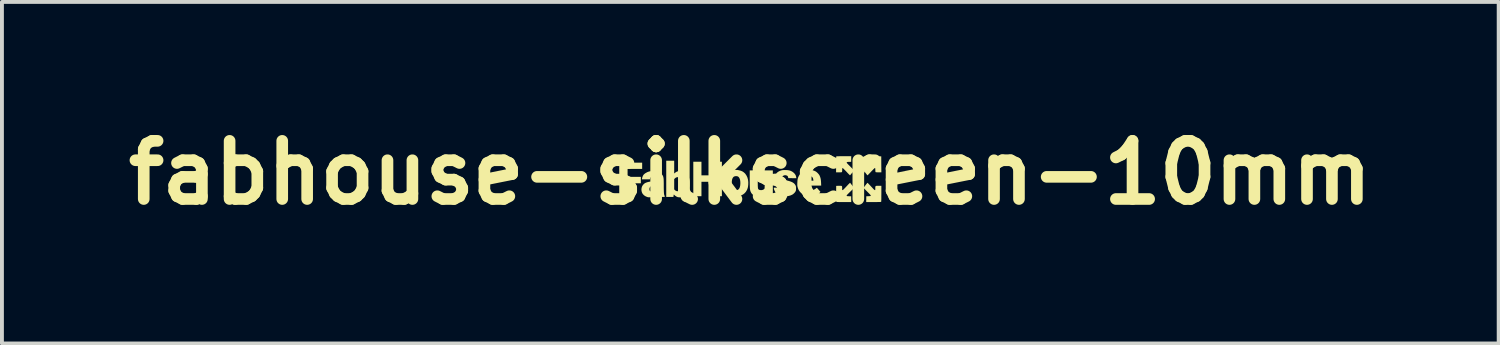
<source format=kicad_pcb>
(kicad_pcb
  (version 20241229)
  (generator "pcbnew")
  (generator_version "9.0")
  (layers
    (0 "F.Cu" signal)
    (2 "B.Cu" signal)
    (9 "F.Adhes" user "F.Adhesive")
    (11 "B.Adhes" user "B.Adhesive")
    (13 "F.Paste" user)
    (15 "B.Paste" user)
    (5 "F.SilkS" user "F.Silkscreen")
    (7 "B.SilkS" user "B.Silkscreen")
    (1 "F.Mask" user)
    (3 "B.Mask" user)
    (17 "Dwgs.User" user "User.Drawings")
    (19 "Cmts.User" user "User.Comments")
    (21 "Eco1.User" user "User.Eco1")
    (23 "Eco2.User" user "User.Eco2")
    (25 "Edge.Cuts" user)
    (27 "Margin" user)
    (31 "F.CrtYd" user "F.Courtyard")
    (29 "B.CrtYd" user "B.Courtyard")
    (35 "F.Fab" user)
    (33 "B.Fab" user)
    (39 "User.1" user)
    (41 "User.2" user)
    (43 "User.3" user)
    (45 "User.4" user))
  (footprint "fabhouse-silkscreen-10mm"
    (layer "F.Cu")
    (at 16.3 1.404)
    (property "Reference" "fabhouse-silkscreen-10mm" (at 0 0 0) (layer "F.SilkS") (effects (font (size 1.5 1.5) (thickness 0.3))))
    (attr board_only exclude_from_pos_files exclude_from_bom)
    (fp_poly (pts (xy -2.789 -0.178) (xy -2.789 -0.098) (xy -2.977 -0.098) (xy -3.165 -0.098) (xy -3.165 0.005) (xy -3.165 0.107) (xy -2.994 0.107) (xy -2.823 0.107) (xy -2.823 0.19) (xy -2.823 0.273) (xy -2.994 0.273) (xy -3.165 0.273) (xy -3.165 0.449) (xy -3.165 0.625) (xy -3.272 0.625) (xy -3.38 0.625) (xy -3.38 0.183) (xy -3.38 -0.259) (xy -3.084 -0.259) (xy -2.789 -0.259)) (stroke (width 0) (type solid)) (fill yes) (layer "F.SilkS"))
    (fp_poly (pts (xy 2.809 0.104) (xy 2.83 0.112) (xy 2.847 0.126) (xy 2.855 0.138) (xy 2.863 0.161) (xy 2.862 0.184) (xy 2.854 0.205) (xy 2.84 0.222) (xy 2.822 0.233) (xy 2.801 0.239) (xy 2.778 0.237) (xy 2.76 0.23) (xy 2.741 0.215) (xy 2.73 0.195) (xy 2.726 0.172) (xy 2.73 0.147) (xy 2.733 0.139) (xy 2.747 0.12) (xy 2.765 0.108) (xy 2.787 0.103)) (stroke (width 0) (type solid)) (fill yes) (layer "F.SilkS"))
    (fp_poly (pts (xy -1.26 -0.107) (xy -1.26 0.068) (xy -1.101 0.068) (xy -0.943 0.068) (xy -0.943 -0.107) (xy -0.943 -0.283) (xy -0.838 -0.283) (xy -0.733 -0.283) (xy -0.733 0.161) (xy -0.733 0.606) (xy -0.838 0.606) (xy -0.943 0.606) (xy -0.943 0.42) (xy -0.943 0.234) (xy -1.101 0.234) (xy -1.26 0.234) (xy -1.26 0.42) (xy -1.26 0.606) (xy -1.365 0.606) (xy -1.47 0.606) (xy -1.47 0.161) (xy -1.47 -0.283) (xy -1.365 -0.283) (xy -1.26 -0.283)) (stroke (width 0) (type solid)) (fill yes) (layer "F.SilkS"))
    (fp_poly (pts (xy 3.183 -0.424) (xy 3.377 -0.422) (xy 3.378 -0.216) (xy 3.38 -0.01) (xy 3.31 -0.01) (xy 3.284 -0.01) (xy 3.262 -0.011) (xy 3.245 -0.012) (xy 3.234 -0.014) (xy 3.233 -0.015) (xy 3.229 -0.019) (xy 3.227 -0.029) (xy 3.225 -0.046) (xy 3.224 -0.071) (xy 3.223 -0.094) (xy 3.222 -0.109) (xy 3.22 -0.117) (xy 3.217 -0.121) (xy 3.213 -0.122) (xy 3.208 -0.119) (xy 3.196 -0.108) (xy 3.179 -0.093) (xy 3.158 -0.071) (xy 3.133 -0.046) (xy 3.115 -0.027) (xy 3.092 -0.002) (xy 3.07 0.021) (xy 3.051 0.04) (xy 3.037 0.055) (xy 3.027 0.065) (xy 3.023 0.068) (xy 3.019 0.065) (xy 3.01 0.055) (xy 2.997 0.039) (xy 2.982 0.02) (xy 2.973 0.009) (xy 2.957 -0.013) (xy 2.943 -0.031) (xy 2.932 -0.046) (xy 2.925 -0.056) (xy 2.923 -0.058) (xy 2.924 -0.063) (xy 2.931 -0.072) (xy 2.944 -0.087) (xy 2.962 -0.107) (xy 2.988 -0.133) (xy 3.016 -0.162) (xy 3.047 -0.193) (xy 3.072 -0.218) (xy 3.09 -0.237) (xy 3.101 -0.251) (xy 3.107 -0.262) (xy 3.107 -0.269) (xy 3.101 -0.273) (xy 3.089 -0.276) (xy 3.072 -0.277) (xy 3.051 -0.278) (xy 3.047 -0.278) (xy 2.991 -0.281) (xy 2.99 -0.353) (xy 2.989 -0.425)) (stroke (width 0) (type solid)) (fill yes) (layer "F.SilkS"))
    (fp_poly (pts (xy 2.625 0.326) (xy 2.677 0.393) (xy 2.578 0.489) (xy 2.549 0.517) (xy 2.527 0.539) (xy 2.51 0.556) (xy 2.498 0.569) (xy 2.49 0.578) (xy 2.486 0.585) (xy 2.484 0.59) (xy 2.485 0.593) (xy 2.485 0.595) (xy 2.488 0.599) (xy 2.493 0.602) (xy 2.502 0.604) (xy 2.516 0.606) (xy 2.538 0.606) (xy 2.546 0.607) (xy 2.601 0.608) (xy 2.602 0.682) (xy 2.603 0.757) (xy 2.413 0.757) (xy 2.365 0.757) (xy 2.325 0.757) (xy 2.294 0.757) (xy 2.27 0.756) (xy 2.251 0.756) (xy 2.238 0.755) (xy 2.229 0.754) (xy 2.223 0.753) (xy 2.22 0.751) (xy 2.218 0.749) (xy 2.217 0.747) (xy 2.216 0.74) (xy 2.215 0.722) (xy 2.214 0.695) (xy 2.213 0.658) (xy 2.213 0.612) (xy 2.213 0.556) (xy 2.213 0.539) (xy 2.215 0.339) (xy 2.284 0.338) (xy 2.314 0.338) (xy 2.337 0.338) (xy 2.352 0.34) (xy 2.361 0.346) (xy 2.366 0.355) (xy 2.368 0.37) (xy 2.369 0.39) (xy 2.369 0.401) (xy 2.369 0.423) (xy 2.369 0.437) (xy 2.371 0.445) (xy 2.373 0.448) (xy 2.378 0.449) (xy 2.38 0.449) (xy 2.386 0.447) (xy 2.396 0.439) (xy 2.411 0.425) (xy 2.431 0.405) (xy 2.457 0.378) (xy 2.46 0.375) (xy 2.482 0.351) (xy 2.504 0.328) (xy 2.523 0.307) (xy 2.539 0.291) (xy 2.55 0.28) (xy 2.551 0.279) (xy 2.572 0.258)) (stroke (width 0) (type solid)) (fill yes) (layer "F.SilkS"))
    (fp_poly (pts (xy 3.023 0.262) (xy 3.027 0.265) (xy 3.034 0.271) (xy 3.044 0.28) (xy 3.057 0.294) (xy 3.074 0.312) (xy 3.097 0.336) (xy 3.124 0.365) (xy 3.158 0.401) (xy 3.16 0.404) (xy 3.181 0.426) (xy 3.198 0.44) (xy 3.209 0.448) (xy 3.212 0.449) (xy 3.217 0.449) (xy 3.221 0.446) (xy 3.222 0.44) (xy 3.223 0.427) (xy 3.223 0.407) (xy 3.223 0.403) (xy 3.223 0.379) (xy 3.225 0.362) (xy 3.229 0.351) (xy 3.237 0.343) (xy 3.251 0.339) (xy 3.271 0.337) (xy 3.299 0.337) (xy 3.311 0.337) (xy 3.38 0.337) (xy 3.38 0.541) (xy 3.379 0.595) (xy 3.379 0.64) (xy 3.379 0.676) (xy 3.378 0.704) (xy 3.377 0.725) (xy 3.376 0.74) (xy 3.375 0.748) (xy 3.374 0.751) (xy 3.369 0.753) (xy 3.359 0.754) (xy 3.343 0.755) (xy 3.32 0.756) (xy 3.29 0.756) (xy 3.251 0.757) (xy 3.204 0.757) (xy 3.178 0.757) (xy 2.989 0.757) (xy 2.99 0.682) (xy 2.991 0.608) (xy 3.047 0.606) (xy 3.069 0.605) (xy 3.087 0.603) (xy 3.099 0.601) (xy 3.106 0.597) (xy 3.107 0.59) (xy 3.102 0.58) (xy 3.092 0.567) (xy 3.075 0.548) (xy 3.051 0.524) (xy 3.021 0.494) (xy 3.016 0.489) (xy 2.919 0.391) (xy 2.962 0.334) (xy 2.978 0.313) (xy 2.993 0.294) (xy 3.005 0.279) (xy 3.013 0.269) (xy 3.014 0.267) (xy 3.016 0.264) (xy 3.018 0.262) (xy 3.02 0.261)) (stroke (width 0) (type solid)) (fill yes) (layer "F.SilkS"))
    (fp_poly (pts (xy 0.192 0.17) (xy 0.192 0.225) (xy 0.192 0.272) (xy 0.193 0.31) (xy 0.193 0.341) (xy 0.195 0.366) (xy 0.196 0.386) (xy 0.198 0.401) (xy 0.201 0.412) (xy 0.204 0.42) (xy 0.208 0.426) (xy 0.214 0.431) (xy 0.22 0.435) (xy 0.224 0.438) (xy 0.245 0.447) (xy 0.271 0.45) (xy 0.299 0.448) (xy 0.325 0.441) (xy 0.348 0.429) (xy 0.361 0.416) (xy 0.364 0.413) (xy 0.366 0.409) (xy 0.367 0.404) (xy 0.368 0.396) (xy 0.369 0.385) (xy 0.37 0.37) (xy 0.37 0.35) (xy 0.371 0.324) (xy 0.371 0.291) (xy 0.371 0.251) (xy 0.371 0.202) (xy 0.371 0.173) (xy 0.371 -0.059) (xy 0.476 -0.059) (xy 0.581 -0.059) (xy 0.581 0.269) (xy 0.581 0.596) (xy 0.483 0.596) (xy 0.386 0.596) (xy 0.386 0.575) (xy 0.385 0.559) (xy 0.383 0.546) (xy 0.383 0.543) (xy 0.381 0.538) (xy 0.377 0.537) (xy 0.371 0.541) (xy 0.36 0.55) (xy 0.357 0.553) (xy 0.32 0.58) (xy 0.279 0.598) (xy 0.234 0.608) (xy 0.186 0.609) (xy 0.161 0.606) (xy 0.116 0.594) (xy 0.079 0.577) (xy 0.049 0.553) (xy 0.025 0.522) (xy 0.006 0.484) (xy 0.006 0.483) (xy 0.001 0.469) (xy -0.003 0.454) (xy -0.006 0.436) (xy -0.009 0.416) (xy -0.011 0.392) (xy -0.012 0.362) (xy -0.013 0.327) (xy -0.014 0.285) (xy -0.014 0.236) (xy -0.015 0.178) (xy -0.015 0.158) (xy -0.015 -0.059) (xy 0.088 -0.059) (xy 0.19 -0.059)) (stroke (width 0) (type solid)) (fill yes) (layer "F.SilkS"))
    (fp_poly (pts (xy 2.602 -0.353) (xy 2.601 -0.281) (xy 2.549 -0.279) (xy 2.525 -0.279) (xy 2.509 -0.277) (xy 2.498 -0.275) (xy 2.492 -0.272) (xy 2.488 -0.268) (xy 2.486 -0.265) (xy 2.485 -0.262) (xy 2.486 -0.258) (xy 2.49 -0.251) (xy 2.497 -0.242) (xy 2.509 -0.229) (xy 2.525 -0.212) (xy 2.547 -0.19) (xy 2.576 -0.162) (xy 2.577 -0.16) (xy 2.675 -0.061) (xy 2.626 0.002) (xy 2.609 0.023) (xy 2.594 0.042) (xy 2.582 0.056) (xy 2.574 0.065) (xy 2.571 0.067) (xy 2.567 0.064) (xy 2.557 0.054) (xy 2.542 0.04) (xy 2.523 0.021) (xy 2.501 -0.002) (xy 2.479 -0.026) (xy 2.447 -0.059) (xy 2.421 -0.085) (xy 2.402 -0.104) (xy 2.388 -0.116) (xy 2.381 -0.12) (xy 2.381 -0.12) (xy 2.376 -0.119) (xy 2.373 -0.116) (xy 2.372 -0.108) (xy 2.37 -0.094) (xy 2.37 -0.072) (xy 2.37 -0.071) (xy 2.369 -0.05) (xy 2.367 -0.032) (xy 2.364 -0.02) (xy 2.363 -0.016) (xy 2.358 -0.013) (xy 2.347 -0.012) (xy 2.329 -0.01) (xy 2.303 -0.01) (xy 2.285 -0.01) (xy 2.212 -0.01) (xy 2.212 -0.21) (xy 2.212 -0.253) (xy 2.213 -0.294) (xy 2.213 -0.33) (xy 2.213 -0.362) (xy 2.214 -0.387) (xy 2.214 -0.406) (xy 2.215 -0.416) (xy 2.215 -0.417) (xy 2.217 -0.419) (xy 2.221 -0.421) (xy 2.227 -0.422) (xy 2.238 -0.423) (xy 2.254 -0.424) (xy 2.275 -0.424) (xy 2.303 -0.425) (xy 2.338 -0.425) (xy 2.382 -0.425) (xy 2.411 -0.425) (xy 2.603 -0.425)) (stroke (width 0) (type solid)) (fill yes) (layer "F.SilkS"))
    (fp_poly (pts (xy -1.963 -0.143) (xy -1.963 0.021) (xy -1.947 0.007) (xy -1.914 -0.018) (xy -1.876 -0.035) (xy -1.834 -0.043) (xy -1.814 -0.044) (xy -1.764 -0.04) (xy -1.719 -0.027) (xy -1.679 -0.006) (xy -1.644 0.022) (xy -1.614 0.059) (xy -1.59 0.104) (xy -1.572 0.157) (xy -1.572 0.159) (xy -1.568 0.174) (xy -1.565 0.188) (xy -1.563 0.204) (xy -1.562 0.223) (xy -1.561 0.247) (xy -1.561 0.278) (xy -1.561 0.298) (xy -1.561 0.333) (xy -1.562 0.361) (xy -1.563 0.382) (xy -1.564 0.4) (xy -1.566 0.414) (xy -1.57 0.428) (xy -1.572 0.436) (xy -1.59 0.489) (xy -1.614 0.534) (xy -1.643 0.571) (xy -1.678 0.599) (xy -1.718 0.62) (xy -1.733 0.625) (xy -1.756 0.63) (xy -1.783 0.633) (xy -1.813 0.635) (xy -1.841 0.634) (xy -1.864 0.631) (xy -1.876 0.628) (xy -1.911 0.612) (xy -1.94 0.592) (xy -1.951 0.582) (xy -1.964 0.57) (xy -1.972 0.565) (xy -1.977 0.569) (xy -1.978 0.581) (xy -1.979 0.596) (xy -1.981 0.61) (xy -1.984 0.625) (xy -2.076 0.625) (xy -2.168 0.625) (xy -2.168 0.429) (xy -1.963 0.429) (xy -1.945 0.448) (xy -1.926 0.463) (xy -1.907 0.473) (xy -1.883 0.477) (xy -1.859 0.477) (xy -1.837 0.474) (xy -1.821 0.47) (xy -1.809 0.463) (xy -1.793 0.448) (xy -1.78 0.425) (xy -1.771 0.395) (xy -1.766 0.358) (xy -1.764 0.313) (xy -1.764 0.276) (xy -1.767 0.231) (xy -1.773 0.195) (xy -1.782 0.166) (xy -1.795 0.145) (xy -1.812 0.129) (xy -1.833 0.119) (xy -1.841 0.117) (xy -1.873 0.114) (xy -1.904 0.12) (xy -1.931 0.134) (xy -1.942 0.144) (xy -1.963 0.165) (xy -1.963 0.297) (xy -1.963 0.429) (xy -2.168 0.429) (xy -2.168 0.159) (xy -2.168 -0.308) (xy -2.066 -0.308) (xy -1.963 -0.308)) (stroke (width 0) (type solid)) (fill yes) (layer "F.SilkS"))
    (fp_poly (pts (xy -0.34 -0.072) (xy -0.319 -0.069) (xy -0.31 -0.067) (xy -0.256 -0.054) (xy -0.209 -0.036) (xy -0.169 -0.01) (xy -0.135 0.021) (xy -0.127 0.031) (xy -0.097 0.076) (xy -0.074 0.126) (xy -0.059 0.182) (xy -0.052 0.242) (xy -0.053 0.305) (xy -0.054 0.315) (xy -0.058 0.35) (xy -0.063 0.379) (xy -0.071 0.405) (xy -0.081 0.432) (xy -0.089 0.449) (xy -0.115 0.493) (xy -0.148 0.53) (xy -0.188 0.561) (xy -0.234 0.585) (xy -0.271 0.598) (xy -0.299 0.603) (xy -0.333 0.607) (xy -0.369 0.608) (xy -0.404 0.607) (xy -0.433 0.604) (xy -0.437 0.604) (xy -0.491 0.589) (xy -0.539 0.566) (xy -0.58 0.537) (xy -0.615 0.5) (xy -0.643 0.456) (xy -0.647 0.447) (xy -0.662 0.413) (xy -0.673 0.38) (xy -0.679 0.346) (xy -0.683 0.308) (xy -0.683 0.268) (xy -0.479 0.268) (xy -0.477 0.311) (xy -0.474 0.345) (xy -0.468 0.373) (xy -0.459 0.395) (xy -0.459 0.396) (xy -0.446 0.415) (xy -0.429 0.432) (xy -0.411 0.444) (xy -0.41 0.444) (xy -0.394 0.448) (xy -0.372 0.449) (xy -0.35 0.448) (xy -0.331 0.444) (xy -0.325 0.443) (xy -0.302 0.428) (xy -0.284 0.405) (xy -0.27 0.373) (xy -0.261 0.333) (xy -0.259 0.318) (xy -0.256 0.27) (xy -0.258 0.225) (xy -0.264 0.184) (xy -0.276 0.15) (xy -0.291 0.123) (xy -0.301 0.111) (xy -0.319 0.098) (xy -0.338 0.091) (xy -0.363 0.088) (xy -0.37 0.088) (xy -0.401 0.092) (xy -0.426 0.103) (xy -0.446 0.123) (xy -0.461 0.15) (xy -0.472 0.185) (xy -0.477 0.229) (xy -0.479 0.268) (xy -0.683 0.268) (xy -0.683 0.264) (xy -0.682 0.249) (xy -0.681 0.219) (xy -0.68 0.196) (xy -0.677 0.178) (xy -0.673 0.161) (xy -0.668 0.144) (xy -0.666 0.136) (xy -0.651 0.098) (xy -0.635 0.067) (xy -0.615 0.039) (xy -0.599 0.02) (xy -0.564 -0.011) (xy -0.527 -0.036) (xy -0.485 -0.053) (xy -0.437 -0.065) (xy -0.408 -0.069) (xy -0.381 -0.072) (xy -0.359 -0.072)) (stroke (width 0) (type solid)) (fill yes) (layer "F.SilkS"))
    (fp_poly (pts (xy 1.592 -0.066) (xy 1.641 -0.053) (xy 1.678 -0.037) (xy 1.706 -0.019) (xy 1.734 0.006) (xy 1.76 0.034) (xy 1.781 0.063) (xy 1.786 0.073) (xy 1.8 0.106) (xy 1.811 0.14) (xy 1.818 0.177) (xy 1.823 0.221) (xy 1.825 0.258) (xy 1.828 0.332) (xy 1.625 0.332) (xy 1.573 0.332) (xy 1.531 0.332) (xy 1.497 0.332) (xy 1.47 0.333) (xy 1.451 0.334) (xy 1.436 0.335) (xy 1.427 0.338) (xy 1.422 0.341) (xy 1.421 0.346) (xy 1.422 0.352) (xy 1.426 0.359) (xy 1.43 0.368) (xy 1.431 0.371) (xy 1.45 0.402) (xy 1.477 0.426) (xy 1.497 0.438) (xy 1.512 0.444) (xy 1.528 0.447) (xy 1.548 0.449) (xy 1.563 0.449) (xy 1.605 0.446) (xy 1.641 0.437) (xy 1.672 0.421) (xy 1.69 0.407) (xy 1.703 0.396) (xy 1.713 0.39) (xy 1.718 0.389) (xy 1.719 0.389) (xy 1.723 0.394) (xy 1.732 0.405) (xy 1.746 0.421) (xy 1.761 0.439) (xy 1.765 0.443) (xy 1.808 0.493) (xy 1.796 0.508) (xy 1.775 0.53) (xy 1.746 0.552) (xy 1.712 0.571) (xy 1.675 0.588) (xy 1.643 0.598) (xy 1.62 0.603) (xy 1.59 0.606) (xy 1.557 0.608) (xy 1.524 0.608) (xy 1.496 0.607) (xy 1.482 0.605) (xy 1.427 0.592) (xy 1.376 0.571) (xy 1.33 0.541) (xy 1.299 0.513) (xy 1.27 0.48) (xy 1.248 0.447) (xy 1.232 0.409) (xy 1.22 0.371) (xy 1.216 0.353) (xy 1.213 0.337) (xy 1.212 0.32) (xy 1.212 0.299) (xy 1.212 0.273) (xy 1.213 0.257) (xy 1.215 0.217) (xy 1.216 0.205) (xy 1.417 0.205) (xy 1.522 0.205) (xy 1.628 0.205) (xy 1.624 0.177) (xy 1.617 0.145) (xy 1.603 0.119) (xy 1.582 0.101) (xy 1.556 0.091) (xy 1.527 0.088) (xy 1.498 0.091) (xy 1.475 0.099) (xy 1.456 0.114) (xy 1.453 0.118) (xy 1.437 0.141) (xy 1.426 0.169) (xy 1.422 0.185) (xy 1.417 0.205) (xy 1.216 0.205) (xy 1.218 0.185) (xy 1.223 0.158) (xy 1.23 0.133) (xy 1.24 0.107) (xy 1.249 0.088) (xy 1.268 0.057) (xy 1.292 0.026) (xy 1.319 -0.002) (xy 1.346 -0.023) (xy 1.347 -0.024) (xy 1.39 -0.046) (xy 1.438 -0.061) (xy 1.489 -0.07) (xy 1.541 -0.071)) (stroke (width 0) (type solid)) (fill yes) (layer "F.SilkS"))
    (fp_poly (pts (xy 0.957 -0.067) (xy 1.005 -0.059) (xy 1.048 -0.045) (xy 1.085 -0.025) (xy 1.119 0.001) (xy 1.129 0.01) (xy 1.153 0.038) (xy 1.17 0.066) (xy 1.18 0.099) (xy 1.184 0.119) (xy 1.187 0.142) (xy 1.083 0.141) (xy 0.979 0.139) (xy 0.976 0.122) (xy 0.97 0.1) (xy 0.959 0.084) (xy 0.941 0.073) (xy 0.941 0.073) (xy 0.917 0.066) (xy 0.893 0.064) (xy 0.87 0.069) (xy 0.85 0.078) (xy 0.835 0.09) (xy 0.824 0.106) (xy 0.82 0.123) (xy 0.823 0.141) (xy 0.831 0.153) (xy 0.838 0.161) (xy 0.847 0.168) (xy 0.858 0.174) (xy 0.874 0.18) (xy 0.896 0.187) (xy 0.925 0.195) (xy 0.955 0.203) (xy 1.007 0.217) (xy 1.051 0.232) (xy 1.086 0.248) (xy 1.115 0.266) (xy 1.138 0.286) (xy 1.156 0.309) (xy 1.166 0.326) (xy 1.172 0.34) (xy 1.176 0.352) (xy 1.178 0.366) (xy 1.179 0.384) (xy 1.179 0.405) (xy 1.179 0.43) (xy 1.178 0.447) (xy 1.175 0.461) (xy 1.171 0.473) (xy 1.167 0.481) (xy 1.152 0.505) (xy 1.13 0.529) (xy 1.104 0.552) (xy 1.082 0.566) (xy 1.04 0.585) (xy 0.991 0.599) (xy 0.939 0.607) (xy 0.886 0.609) (xy 0.835 0.605) (xy 0.787 0.594) (xy 0.741 0.575) (xy 0.699 0.55) (xy 0.664 0.52) (xy 0.639 0.49) (xy 0.63 0.473) (xy 0.62 0.452) (xy 0.612 0.429) (xy 0.607 0.41) (xy 0.606 0.398) (xy 0.606 0.386) (xy 0.701 0.386) (xy 0.796 0.386) (xy 0.799 0.399) (xy 0.803 0.414) (xy 0.807 0.426) (xy 0.818 0.444) (xy 0.837 0.457) (xy 0.859 0.467) (xy 0.885 0.472) (xy 0.911 0.473) (xy 0.936 0.469) (xy 0.958 0.461) (xy 0.974 0.447) (xy 0.979 0.44) (xy 0.986 0.42) (xy 0.984 0.402) (xy 0.978 0.39) (xy 0.97 0.381) (xy 0.957 0.372) (xy 0.937 0.363) (xy 0.91 0.354) (xy 0.875 0.343) (xy 0.845 0.335) (xy 0.797 0.321) (xy 0.757 0.306) (xy 0.724 0.289) (xy 0.696 0.27) (xy 0.679 0.254) (xy 0.653 0.223) (xy 0.636 0.191) (xy 0.628 0.156) (xy 0.629 0.117) (xy 0.63 0.109) (xy 0.64 0.068) (xy 0.659 0.032) (xy 0.687 0.000444) (xy 0.722 -0.026) (xy 0.765 -0.048) (xy 0.806 -0.061) (xy 0.827 -0.066) (xy 0.853 -0.068) (xy 0.886 -0.069) (xy 0.901 -0.069)) (stroke (width 0) (type solid)) (fill yes) (layer "F.SilkS"))
    (fp_poly (pts (xy -2.485 -0.043) (xy -2.431 -0.037) (xy -2.384 -0.025) (xy -2.344 -0.008) (xy -2.309 0.016) (xy -2.295 0.029) (xy -2.28 0.044) (xy -2.268 0.059) (xy -2.258 0.073) (xy -2.25 0.09) (xy -2.244 0.108) (xy -2.24 0.13) (xy -2.236 0.157) (xy -2.234 0.189) (xy -2.233 0.228) (xy -2.232 0.275) (xy -2.232 0.33) (xy -2.232 0.332) (xy -2.232 0.386) (xy -2.231 0.431) (xy -2.23 0.469) (xy -2.229 0.499) (xy -2.227 0.525) (xy -2.225 0.545) (xy -2.222 0.563) (xy -2.218 0.577) (xy -2.214 0.587) (xy -2.21 0.6) (xy -2.206 0.609) (xy -2.205 0.616) (xy -2.208 0.621) (xy -2.215 0.623) (xy -2.228 0.625) (xy -2.248 0.625) (xy -2.275 0.624) (xy -2.306 0.624) (xy -2.41 0.623) (xy -2.419 0.595) (xy -2.428 0.567) (xy -2.448 0.586) (xy -2.463 0.599) (xy -2.483 0.612) (xy -2.495 0.619) (xy -2.508 0.625) (xy -2.521 0.629) (xy -2.536 0.631) (xy -2.555 0.633) (xy -2.579 0.634) (xy -2.604 0.634) (xy -2.624 0.634) (xy -2.639 0.632) (xy -2.653 0.628) (xy -2.668 0.623) (xy -2.71 0.604) (xy -2.745 0.579) (xy -2.774 0.547) (xy -2.779 0.54) (xy -2.795 0.508) (xy -2.805 0.471) (xy -2.808 0.432) (xy -2.808 0.431) (xy -2.602 0.431) (xy -2.598 0.453) (xy -2.588 0.471) (xy -2.577 0.479) (xy -2.551 0.488) (xy -2.521 0.49) (xy -2.492 0.483) (xy -2.48 0.478) (xy -2.465 0.468) (xy -2.451 0.455) (xy -2.45 0.454) (xy -2.444 0.447) (xy -2.44 0.439) (xy -2.438 0.43) (xy -2.437 0.416) (xy -2.437 0.395) (xy -2.437 0.385) (xy -2.437 0.332) (xy -2.477 0.332) (xy -2.515 0.334) (xy -2.545 0.34) (xy -2.567 0.351) (xy -2.584 0.367) (xy -2.594 0.383) (xy -2.601 0.407) (xy -2.602 0.431) (xy -2.808 0.431) (xy -2.804 0.393) (xy -2.792 0.356) (xy -2.791 0.352) (xy -2.776 0.327) (xy -2.756 0.302) (xy -2.732 0.28) (xy -2.711 0.266) (xy -2.664 0.247) (xy -2.611 0.234) (xy -2.55 0.226) (xy -2.499 0.225) (xy -2.436 0.225) (xy -2.438 0.186) (xy -2.443 0.153) (xy -2.453 0.128) (xy -2.468 0.11) (xy -2.49 0.1) (xy -2.514 0.098) (xy -2.542 0.101) (xy -2.564 0.112) (xy -2.579 0.129) (xy -2.587 0.153) (xy -2.59 0.171) (xy -2.692 0.171) (xy -2.795 0.171) (xy -2.791 0.145) (xy -2.784 0.115) (xy -2.771 0.083) (xy -2.754 0.054) (xy -2.751 0.051) (xy -2.74 0.04) (xy -2.724 0.026) (xy -2.706 0.013) (xy -2.705 0.012) (xy -2.658 -0.014) (xy -2.608 -0.032) (xy -2.554 -0.041) (xy -2.494 -0.043)) (stroke (width 0) (type solid)) (fill yes) (layer "F.SilkS")))
  (gr_rect
    (start -3 -3)
    (end 35.6 5.808)
    (stroke (width 0.1) (type default))
    (fill no)
    (layer "Edge.Cuts")))
</source>
